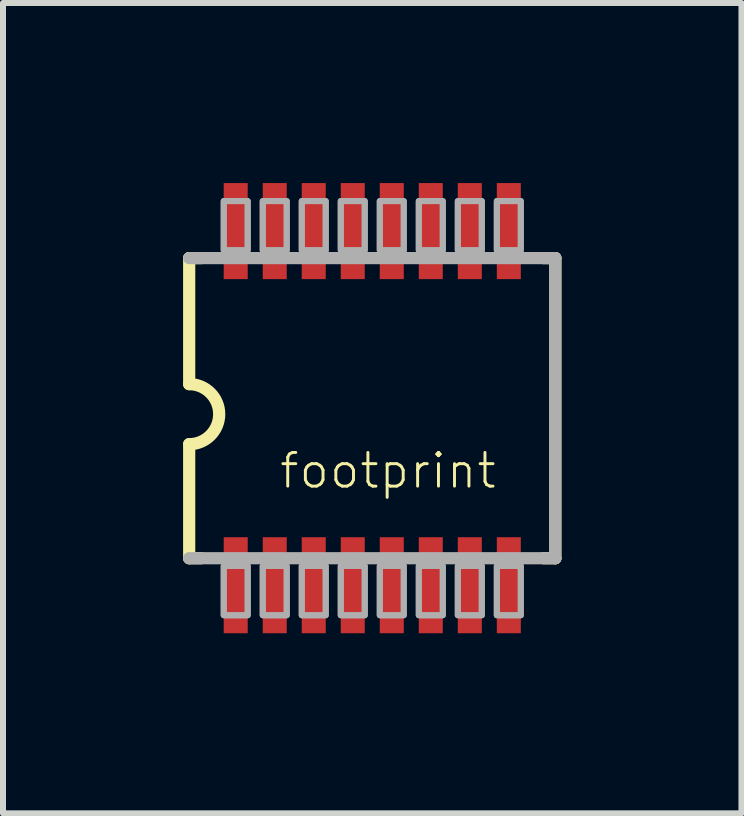
<source format=kicad_pcb>
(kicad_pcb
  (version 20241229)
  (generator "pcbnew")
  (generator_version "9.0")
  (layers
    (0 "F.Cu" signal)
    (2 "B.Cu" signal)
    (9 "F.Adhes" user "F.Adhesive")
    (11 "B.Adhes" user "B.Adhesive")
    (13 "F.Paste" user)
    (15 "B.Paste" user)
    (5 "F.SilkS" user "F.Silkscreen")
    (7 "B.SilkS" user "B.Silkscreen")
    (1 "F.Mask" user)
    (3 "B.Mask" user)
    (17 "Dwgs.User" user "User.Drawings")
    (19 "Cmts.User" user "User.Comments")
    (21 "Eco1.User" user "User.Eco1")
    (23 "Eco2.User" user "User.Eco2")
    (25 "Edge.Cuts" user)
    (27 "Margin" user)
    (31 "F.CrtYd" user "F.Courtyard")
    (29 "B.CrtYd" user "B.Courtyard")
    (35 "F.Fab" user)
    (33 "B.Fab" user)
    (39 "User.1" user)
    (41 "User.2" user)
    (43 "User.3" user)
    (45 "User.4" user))
  (footprint "footprint"
    (layer "F.Cu")
    (at 3.102 3.85)
    (property "Reference" "footprint" (at -1.524 1.27 0) (layer "F.SilkS") (effects (font (size 0.561 0.561) (thickness 0.049)) (justify left bottom)))
    (fp_line (start -3 -2.6) (end -3 -0.5) (stroke (width 0.203) (type solid)) (layer "F.SilkS"))
    (fp_line (start -3 -2.6) (end -2.8 -2.6) (stroke (width 0.203) (type solid)) (layer "F.SilkS"))
    (fp_line (start -3 0.5) (end -3 2.4) (stroke (width 0.203) (type solid)) (layer "F.SilkS"))
    (fp_line (start -3 2.4) (end -2.8 2.4) (stroke (width 0.203) (type solid)) (layer "F.SilkS"))
    (fp_line (start 2.9 2.4) (end 3.1 2.4) (stroke (width 0.203) (type solid)) (layer "F.SilkS"))
    (fp_line (start 3.1 -2.6) (end 2.9 -2.6) (stroke (width 0.203) (type solid)) (layer "F.SilkS"))
    (fp_line (start 3.1 2.4) (end 3.1 -2.6) (stroke (width 0.203) (type solid)) (layer "F.SilkS"))
    (fp_arc (start -3 -0.5) (mid -2.5 0) (end -3 0.5) (stroke (width 0.2032) (type solid)) (layer "F.SilkS"))
    (fp_line (start -3 -2.6) (end 3.1 -2.6) (stroke (width 0.203) (type solid)) (layer "F.Fab"))
    (fp_line (start 3.1 2.4) (end -3 2.4) (stroke (width 0.203) (type solid)) (layer "F.Fab"))
    (fp_line (start 3.1 2.4) (end 3.1 -2.6) (stroke (width 0.203) (type solid)) (layer "F.Fab"))
    (fp_poly (pts (xy -2.425 -2.73) (xy -2.025 -2.73) (xy -2.025 -3.55) (xy -2.425 -3.55)) (stroke (width 0.1) (type solid)) (fill no) (layer "F.Fab"))
    (fp_poly (pts (xy -2.425 -2.73) (xy -2.025 -2.73) (xy -2.025 -3.55) (xy -2.425 -3.55)) (stroke (width 0.1) (type solid)) (fill no) (layer "F.Fab"))
    (fp_poly (pts (xy -2.425 3.35) (xy -2.025 3.35) (xy -2.025 2.53) (xy -2.425 2.53)) (stroke (width 0.1) (type solid)) (fill no) (layer "F.Fab"))
    (fp_poly (pts (xy -2.425 3.35) (xy -2.025 3.35) (xy -2.025 2.53) (xy -2.425 2.53)) (stroke (width 0.1) (type solid)) (fill no) (layer "F.Fab"))
    (fp_poly (pts (xy -1.775 -2.73) (xy -1.375 -2.73) (xy -1.375 -3.55) (xy -1.775 -3.55)) (stroke (width 0.1) (type solid)) (fill no) (layer "F.Fab"))
    (fp_poly (pts (xy -1.775 -2.73) (xy -1.375 -2.73) (xy -1.375 -3.55) (xy -1.775 -3.55)) (stroke (width 0.1) (type solid)) (fill no) (layer "F.Fab"))
    (fp_poly (pts (xy -1.775 3.35) (xy -1.375 3.35) (xy -1.375 2.53) (xy -1.775 2.53)) (stroke (width 0.1) (type solid)) (fill no) (layer "F.Fab"))
    (fp_poly (pts (xy -1.775 3.35) (xy -1.375 3.35) (xy -1.375 2.53) (xy -1.775 2.53)) (stroke (width 0.1) (type solid)) (fill no) (layer "F.Fab"))
    (fp_poly (pts (xy -1.125 -2.73) (xy -0.725 -2.73) (xy -0.725 -3.55) (xy -1.125 -3.55)) (stroke (width 0.1) (type solid)) (fill no) (layer "F.Fab"))
    (fp_poly (pts (xy -1.125 -2.73) (xy -0.725 -2.73) (xy -0.725 -3.55) (xy -1.125 -3.55)) (stroke (width 0.1) (type solid)) (fill no) (layer "F.Fab"))
    (fp_poly (pts (xy -1.125 3.35) (xy -0.725 3.35) (xy -0.725 2.53) (xy -1.125 2.53)) (stroke (width 0.1) (type solid)) (fill no) (layer "F.Fab"))
    (fp_poly (pts (xy -1.125 3.35) (xy -0.725 3.35) (xy -0.725 2.53) (xy -1.125 2.53)) (stroke (width 0.1) (type solid)) (fill no) (layer "F.Fab"))
    (fp_poly (pts (xy -0.475 -2.73) (xy -0.075 -2.73) (xy -0.075 -3.55) (xy -0.475 -3.55)) (stroke (width 0.1) (type solid)) (fill no) (layer "F.Fab"))
    (fp_poly (pts (xy -0.475 -2.73) (xy -0.075 -2.73) (xy -0.075 -3.55) (xy -0.475 -3.55)) (stroke (width 0.1) (type solid)) (fill no) (layer "F.Fab"))
    (fp_poly (pts (xy -0.475 3.35) (xy -0.075 3.35) (xy -0.075 2.53) (xy -0.475 2.53)) (stroke (width 0.1) (type solid)) (fill no) (layer "F.Fab"))
    (fp_poly (pts (xy -0.475 3.35) (xy -0.075 3.35) (xy -0.075 2.53) (xy -0.475 2.53)) (stroke (width 0.1) (type solid)) (fill no) (layer "F.Fab"))
    (fp_poly (pts (xy 0.175 -2.73) (xy 0.575 -2.73) (xy 0.575 -3.55) (xy 0.175 -3.55)) (stroke (width 0.1) (type solid)) (fill no) (layer "F.Fab"))
    (fp_poly (pts (xy 0.175 -2.73) (xy 0.575 -2.73) (xy 0.575 -3.55) (xy 0.175 -3.55)) (stroke (width 0.1) (type solid)) (fill no) (layer "F.Fab"))
    (fp_poly (pts (xy 0.175 3.35) (xy 0.575 3.35) (xy 0.575 2.53) (xy 0.175 2.53)) (stroke (width 0.1) (type solid)) (fill no) (layer "F.Fab"))
    (fp_poly (pts (xy 0.175 3.35) (xy 0.575 3.35) (xy 0.575 2.53) (xy 0.175 2.53)) (stroke (width 0.1) (type solid)) (fill no) (layer "F.Fab"))
    (fp_poly (pts (xy 0.825 -2.73) (xy 1.225 -2.73) (xy 1.225 -3.55) (xy 0.825 -3.55)) (stroke (width 0.1) (type solid)) (fill no) (layer "F.Fab"))
    (fp_poly (pts (xy 0.825 -2.73) (xy 1.225 -2.73) (xy 1.225 -3.55) (xy 0.825 -3.55)) (stroke (width 0.1) (type solid)) (fill no) (layer "F.Fab"))
    (fp_poly (pts (xy 0.825 3.35) (xy 1.225 3.35) (xy 1.225 2.53) (xy 0.825 2.53)) (stroke (width 0.1) (type solid)) (fill no) (layer "F.Fab"))
    (fp_poly (pts (xy 0.825 3.35) (xy 1.225 3.35) (xy 1.225 2.53) (xy 0.825 2.53)) (stroke (width 0.1) (type solid)) (fill no) (layer "F.Fab"))
    (fp_poly (pts (xy 1.475 -2.73) (xy 1.875 -2.73) (xy 1.875 -3.55) (xy 1.475 -3.55)) (stroke (width 0.1) (type solid)) (fill no) (layer "F.Fab"))
    (fp_poly (pts (xy 1.475 -2.73) (xy 1.875 -2.73) (xy 1.875 -3.55) (xy 1.475 -3.55)) (stroke (width 0.1) (type solid)) (fill no) (layer "F.Fab"))
    (fp_poly (pts (xy 1.475 3.35) (xy 1.875 3.35) (xy 1.875 2.53) (xy 1.475 2.53)) (stroke (width 0.1) (type solid)) (fill no) (layer "F.Fab"))
    (fp_poly (pts (xy 1.475 3.35) (xy 1.875 3.35) (xy 1.875 2.53) (xy 1.475 2.53)) (stroke (width 0.1) (type solid)) (fill no) (layer "F.Fab"))
    (fp_poly (pts (xy 2.125 -2.73) (xy 2.525 -2.73) (xy 2.525 -3.55) (xy 2.125 -3.55)) (stroke (width 0.1) (type solid)) (fill no) (layer "F.Fab"))
    (fp_poly (pts (xy 2.125 -2.73) (xy 2.525 -2.73) (xy 2.525 -3.55) (xy 2.125 -3.55)) (stroke (width 0.1) (type solid)) (fill no) (layer "F.Fab"))
    (fp_poly (pts (xy 2.125 3.35) (xy 2.525 3.35) (xy 2.525 2.53) (xy 2.125 2.53)) (stroke (width 0.1) (type solid)) (fill no) (layer "F.Fab"))
    (fp_poly (pts (xy 2.125 3.35) (xy 2.525 3.35) (xy 2.525 2.53) (xy 2.125 2.53)) (stroke (width 0.1) (type solid)) (fill no) (layer "F.Fab"))
    (pad "1" smd rect (at -2.225 2.85) (size 0.4 1.6) (layers "F.Cu" "F.Mask" "F.Paste"))
    (pad "2" smd rect (at -1.575 2.85) (size 0.4 1.6) (layers "F.Cu" "F.Mask" "F.Paste"))
    (pad "3" smd rect (at -0.925 2.85) (size 0.4 1.6) (layers "F.Cu" "F.Mask" "F.Paste"))
    (pad "4" smd rect (at -0.275 2.85) (size 0.4 1.6) (layers "F.Cu" "F.Mask" "F.Paste"))
    (pad "5" smd rect (at 0.375 2.85) (size 0.4 1.6) (layers "F.Cu" "F.Mask" "F.Paste"))
    (pad "6" smd rect (at 1.025 2.85) (size 0.4 1.6) (layers "F.Cu" "F.Mask" "F.Paste"))
    (pad "7" smd rect (at 1.675 2.85) (size 0.4 1.6) (layers "F.Cu" "F.Mask" "F.Paste"))
    (pad "8" smd rect (at 2.325 2.85) (size 0.4 1.6) (layers "F.Cu" "F.Mask" "F.Paste"))
    (pad "9" smd rect (at 2.325 -3.05) (size 0.4 1.6) (layers "F.Cu" "F.Mask" "F.Paste"))
    (pad "10" smd rect (at 1.675 -3.05) (size 0.4 1.6) (layers "F.Cu" "F.Mask" "F.Paste"))
    (pad "11" smd rect (at 1.025 -3.05) (size 0.4 1.6) (layers "F.Cu" "F.Mask" "F.Paste"))
    (pad "12" smd rect (at 0.375 -3.05) (size 0.4 1.6) (layers "F.Cu" "F.Mask" "F.Paste"))
    (pad "13" smd rect (at -0.275 -3.05) (size 0.4 1.6) (layers "F.Cu" "F.Mask" "F.Paste"))
    (pad "14" smd rect (at -0.925 -3.05) (size 0.4 1.6) (layers "F.Cu" "F.Mask" "F.Paste"))
    (pad "15" smd rect (at -1.575 -3.05) (size 0.4 1.6) (layers "F.Cu" "F.Mask" "F.Paste"))
    (pad "16" smd rect (at -2.225 -3.05) (size 0.4 1.6) (layers "F.Cu" "F.Mask" "F.Paste")))
  (gr_rect
    (start -3 -3)
    (end 9.303 10.5)
    (stroke (width 0.1) (type default))
    (fill no)
    (layer "Edge.Cuts")))
</source>
